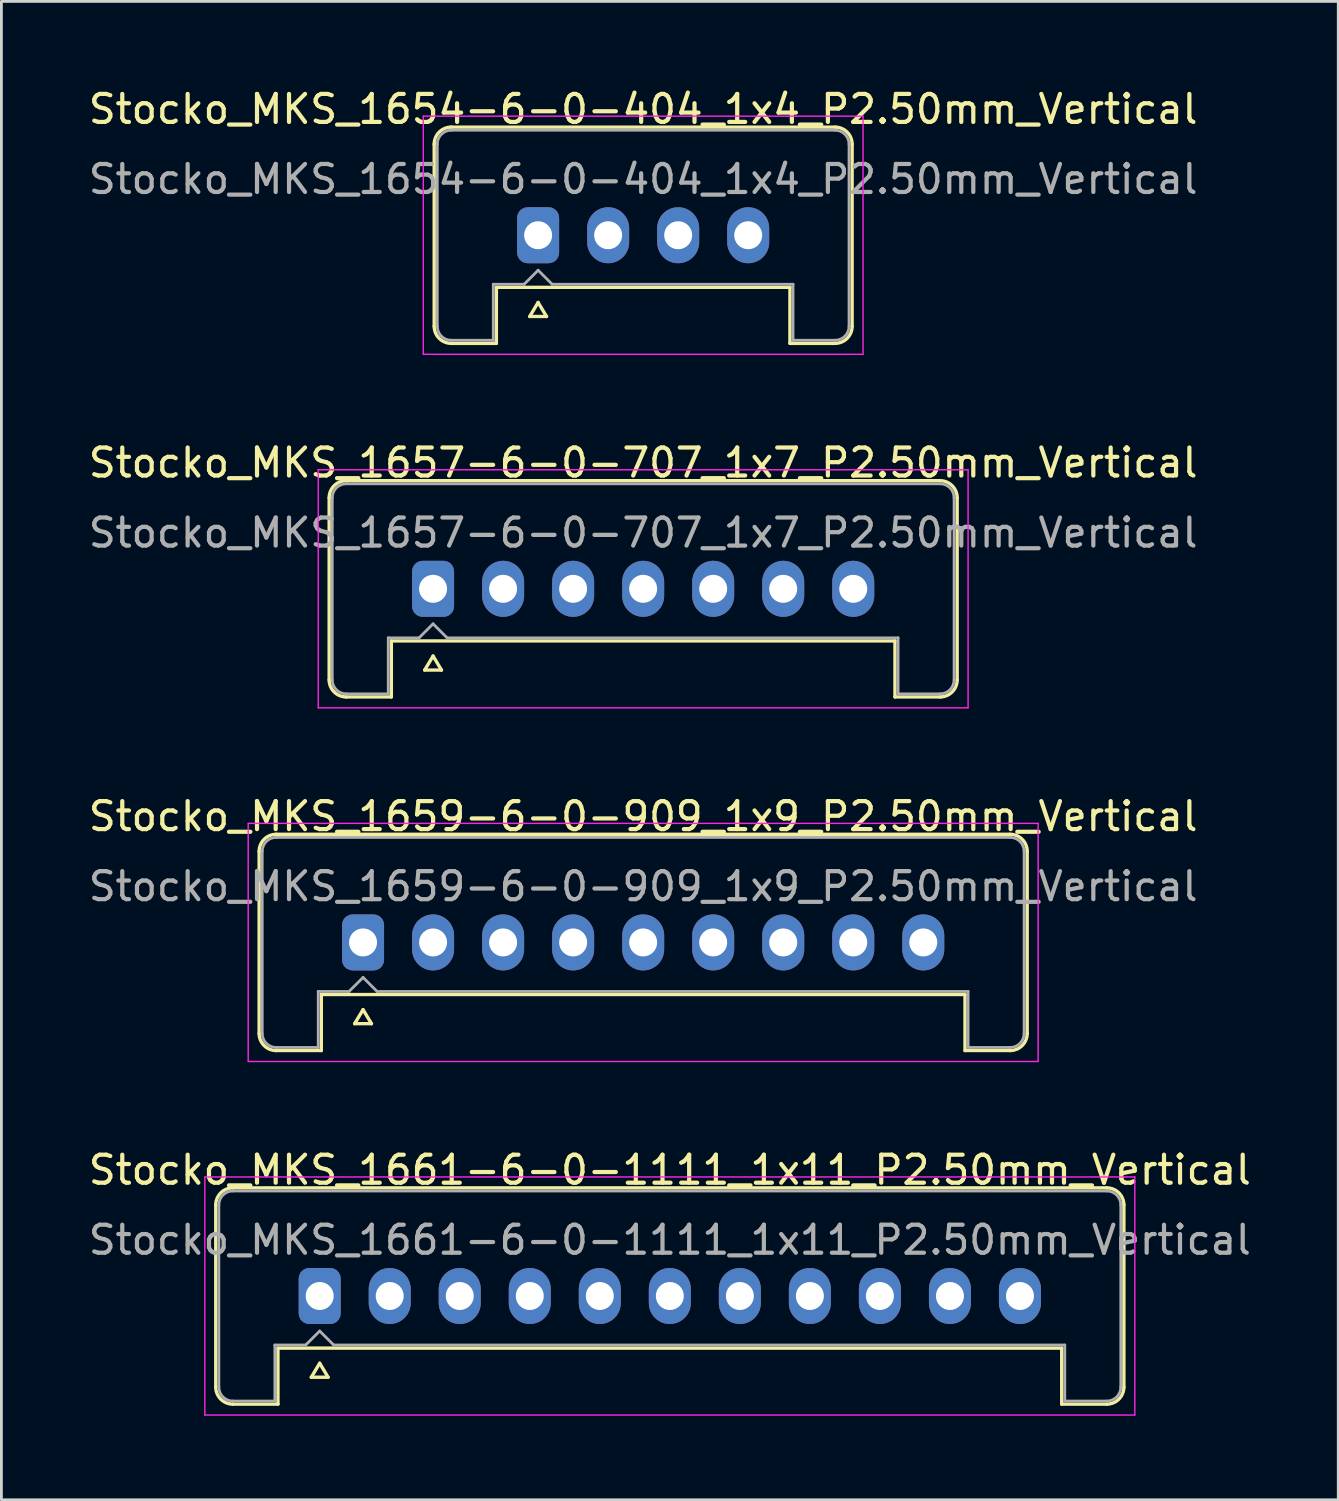
<source format=kicad_pcb>
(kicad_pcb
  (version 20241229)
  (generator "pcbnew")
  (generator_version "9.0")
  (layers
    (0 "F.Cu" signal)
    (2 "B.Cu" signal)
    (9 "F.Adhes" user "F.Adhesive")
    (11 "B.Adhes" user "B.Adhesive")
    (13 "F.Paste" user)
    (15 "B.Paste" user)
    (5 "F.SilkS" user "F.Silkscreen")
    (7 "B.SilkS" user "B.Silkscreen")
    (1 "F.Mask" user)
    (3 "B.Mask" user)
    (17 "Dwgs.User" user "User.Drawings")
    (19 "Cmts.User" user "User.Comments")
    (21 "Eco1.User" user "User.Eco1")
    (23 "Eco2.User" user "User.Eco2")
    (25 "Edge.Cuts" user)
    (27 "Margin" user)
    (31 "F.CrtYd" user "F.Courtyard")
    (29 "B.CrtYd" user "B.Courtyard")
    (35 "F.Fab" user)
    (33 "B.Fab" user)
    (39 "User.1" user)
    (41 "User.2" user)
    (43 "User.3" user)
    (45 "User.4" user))
  (footprint "Stocko_MKS_1659-6-0-909_1x9_P2.50mm_Vertical"
    (layer "F.Cu")
    (at 9.911 30.595)
    (property "Reference" "Stocko_MKS_1659-6-0-909_1x9_P2.50mm_Vertical" (at 10 -4.5 0) (layer "F.SilkS") (effects (font (size 1 1) (thickness 0.15))))
    (attr through_hole)
    (fp_line (start -3.71 -3.25) (end -3.71 3.25) (stroke (width 0.12) (type solid)) (layer "F.SilkS"))
    (fp_line (start -3.1 -3.86) (end 23.1 -3.86) (stroke (width 0.12) (type solid)) (layer "F.SilkS"))
    (fp_line (start -3.1 3.86) (end -1.49 3.86) (stroke (width 0.12) (type solid)) (layer "F.SilkS"))
    (fp_line (start -1.49 1.86) (end 21.49 1.86) (stroke (width 0.12) (type solid)) (layer "F.SilkS"))
    (fp_line (start -1.49 3.86) (end -1.49 1.86) (stroke (width 0.12) (type solid)) (layer "F.SilkS"))
    (fp_line (start -0.3 2.9) (end 0.3 2.9) (stroke (width 0.12) (type solid)) (layer "F.SilkS"))
    (fp_line (start 0 2.4) (end -0.3 2.9) (stroke (width 0.12) (type solid)) (layer "F.SilkS"))
    (fp_line (start 0.3 2.9) (end 0 2.4) (stroke (width 0.12) (type solid)) (layer "F.SilkS"))
    (fp_line (start 21.49 3.86) (end 21.49 1.86) (stroke (width 0.12) (type solid)) (layer "F.SilkS"))
    (fp_line (start 23.1 3.86) (end 21.49 3.86) (stroke (width 0.12) (type solid)) (layer "F.SilkS"))
    (fp_line (start 23.71 -3.25) (end 23.71 3.25) (stroke (width 0.12) (type solid)) (layer "F.SilkS"))
    (fp_arc (start -3.71 -3.25) (mid -3.531335 -3.681335) (end -3.1 -3.86) (stroke (width 0.12) (type solid)) (layer "F.SilkS"))
    (fp_arc (start -3.1 3.86) (mid -3.531335 3.681335) (end -3.71 3.25) (stroke (width 0.12) (type solid)) (layer "F.SilkS"))
    (fp_arc (start 23.1 -3.86) (mid 23.531335 -3.681335) (end 23.71 -3.25) (stroke (width 0.12) (type solid)) (layer "F.SilkS"))
    (fp_arc (start 23.71 3.25) (mid 23.531335 3.681335) (end 23.1 3.86) (stroke (width 0.12) (type solid)) (layer "F.SilkS"))
    (fp_line (start -4.1 -4.25) (end -4.1 4.25) (stroke (width 0.05) (type solid)) (layer "F.CrtYd"))
    (fp_line (start -4.1 4.25) (end 24.1 4.25) (stroke (width 0.05) (type solid)) (layer "F.CrtYd"))
    (fp_line (start 24.1 -4.25) (end -4.1 -4.25) (stroke (width 0.05) (type solid)) (layer "F.CrtYd"))
    (fp_line (start 24.1 4.25) (end 24.1 -4.25) (stroke (width 0.05) (type solid)) (layer "F.CrtYd"))
    (fp_line (start -3.6 -3.25) (end -3.6 3.25) (stroke (width 0.1) (type solid)) (layer "F.Fab"))
    (fp_line (start -3.1 -3.75) (end 23.1 -3.75) (stroke (width 0.1) (type solid)) (layer "F.Fab"))
    (fp_line (start -3.1 3.75) (end -1.6 3.75) (stroke (width 0.1) (type solid)) (layer "F.Fab"))
    (fp_line (start -1.6 1.75) (end -0.5 1.75) (stroke (width 0.1) (type solid)) (layer "F.Fab"))
    (fp_line (start -1.6 3.75) (end -1.6 1.75) (stroke (width 0.1) (type solid)) (layer "F.Fab"))
    (fp_line (start -0.5 1.75) (end 0 1.25) (stroke (width 0.1) (type solid)) (layer "F.Fab"))
    (fp_line (start 0 1.25) (end 0.5 1.75) (stroke (width 0.1) (type solid)) (layer "F.Fab"))
    (fp_line (start 0.5 1.75) (end 21.6 1.75) (stroke (width 0.1) (type solid)) (layer "F.Fab"))
    (fp_line (start 21.6 3.75) (end 21.6 1.75) (stroke (width 0.1) (type solid)) (layer "F.Fab"))
    (fp_line (start 23.1 3.75) (end 21.6 3.75) (stroke (width 0.1) (type solid)) (layer "F.Fab"))
    (fp_line (start 23.6 -3.25) (end 23.6 3.25) (stroke (width 0.1) (type solid)) (layer "F.Fab"))
    (fp_arc (start -3.6 -3.25) (mid -3.453553 -3.603553) (end -3.1 -3.75) (stroke (width 0.1) (type solid)) (layer "F.Fab"))
    (fp_arc (start -3.1 3.75) (mid -3.453553 3.603553) (end -3.6 3.25) (stroke (width 0.1) (type solid)) (layer "F.Fab"))
    (fp_arc (start 23.1 -3.75) (mid 23.453553 -3.603553) (end 23.6 -3.25) (stroke (width 0.1) (type solid)) (layer "F.Fab"))
    (fp_arc (start 23.6 3.25) (mid 23.453553 3.603553) (end 23.1 3.75) (stroke (width 0.1) (type solid)) (layer "F.Fab"))
    (fp_text user "${REFERENCE}" (at 10 -2 0) (layer "F.Fab") (effects (font (size 1 1) (thickness 0.15))))
    (pad "1" thru_hole roundrect (at 0 0) (size 1.5 2) (drill 1) (layers "*.Cu" "*.Mask") (roundrect_rratio 0.25))
    (pad "2" thru_hole oval (at 2.5 0) (size 1.5 2) (drill 1) (layers "*.Cu" "*.Mask"))
    (pad "3" thru_hole oval (at 5 0) (size 1.5 2) (drill 1) (layers "*.Cu" "*.Mask"))
    (pad "4" thru_hole oval (at 7.5 0) (size 1.5 2) (drill 1) (layers "*.Cu" "*.Mask"))
    (pad "5" thru_hole oval (at 10 0) (size 1.5 2) (drill 1) (layers "*.Cu" "*.Mask"))
    (pad "6" thru_hole oval (at 12.5 0) (size 1.5 2) (drill 1) (layers "*.Cu" "*.Mask"))
    (pad "7" thru_hole oval (at 15 0) (size 1.5 2) (drill 1) (layers "*.Cu" "*.Mask"))
    (pad "8" thru_hole oval (at 17.5 0) (size 1.5 2) (drill 1) (layers "*.Cu" "*.Mask"))
    (pad "9" thru_hole oval (at 20 0) (size 1.5 2) (drill 1) (layers "*.Cu" "*.Mask")))
  (footprint "Stocko_MKS_1657-6-0-707_1x7_P2.50mm_Vertical"
    (layer "F.Cu")
    (at 12.411 17.971)
    (property "Reference" "Stocko_MKS_1657-6-0-707_1x7_P2.50mm_Vertical" (at 7.5 -4.5 0) (layer "F.SilkS") (effects (font (size 1 1) (thickness 0.15))))
    (attr through_hole)
    (fp_line (start -3.71 -3.25) (end -3.71 3.25) (stroke (width 0.12) (type solid)) (layer "F.SilkS"))
    (fp_line (start -3.1 -3.86) (end 18.1 -3.86) (stroke (width 0.12) (type solid)) (layer "F.SilkS"))
    (fp_line (start -3.1 3.86) (end -1.49 3.86) (stroke (width 0.12) (type solid)) (layer "F.SilkS"))
    (fp_line (start -1.49 1.86) (end 16.49 1.86) (stroke (width 0.12) (type solid)) (layer "F.SilkS"))
    (fp_line (start -1.49 3.86) (end -1.49 1.86) (stroke (width 0.12) (type solid)) (layer "F.SilkS"))
    (fp_line (start -0.3 2.9) (end 0.3 2.9) (stroke (width 0.12) (type solid)) (layer "F.SilkS"))
    (fp_line (start 0 2.4) (end -0.3 2.9) (stroke (width 0.12) (type solid)) (layer "F.SilkS"))
    (fp_line (start 0.3 2.9) (end 0 2.4) (stroke (width 0.12) (type solid)) (layer "F.SilkS"))
    (fp_line (start 16.49 3.86) (end 16.49 1.86) (stroke (width 0.12) (type solid)) (layer "F.SilkS"))
    (fp_line (start 18.1 3.86) (end 16.49 3.86) (stroke (width 0.12) (type solid)) (layer "F.SilkS"))
    (fp_line (start 18.71 -3.25) (end 18.71 3.25) (stroke (width 0.12) (type solid)) (layer "F.SilkS"))
    (fp_arc (start -3.71 -3.25) (mid -3.531335 -3.681335) (end -3.1 -3.86) (stroke (width 0.12) (type solid)) (layer "F.SilkS"))
    (fp_arc (start -3.1 3.86) (mid -3.531335 3.681335) (end -3.71 3.25) (stroke (width 0.12) (type solid)) (layer "F.SilkS"))
    (fp_arc (start 18.1 -3.86) (mid 18.531335 -3.681335) (end 18.71 -3.25) (stroke (width 0.12) (type solid)) (layer "F.SilkS"))
    (fp_arc (start 18.71 3.25) (mid 18.531335 3.681335) (end 18.1 3.86) (stroke (width 0.12) (type solid)) (layer "F.SilkS"))
    (fp_line (start -4.1 -4.25) (end -4.1 4.25) (stroke (width 0.05) (type solid)) (layer "F.CrtYd"))
    (fp_line (start -4.1 4.25) (end 19.1 4.25) (stroke (width 0.05) (type solid)) (layer "F.CrtYd"))
    (fp_line (start 19.1 -4.25) (end -4.1 -4.25) (stroke (width 0.05) (type solid)) (layer "F.CrtYd"))
    (fp_line (start 19.1 4.25) (end 19.1 -4.25) (stroke (width 0.05) (type solid)) (layer "F.CrtYd"))
    (fp_line (start -3.6 -3.25) (end -3.6 3.25) (stroke (width 0.1) (type solid)) (layer "F.Fab"))
    (fp_line (start -3.1 -3.75) (end 18.1 -3.75) (stroke (width 0.1) (type solid)) (layer "F.Fab"))
    (fp_line (start -3.1 3.75) (end -1.6 3.75) (stroke (width 0.1) (type solid)) (layer "F.Fab"))
    (fp_line (start -1.6 1.75) (end -0.5 1.75) (stroke (width 0.1) (type solid)) (layer "F.Fab"))
    (fp_line (start -1.6 3.75) (end -1.6 1.75) (stroke (width 0.1) (type solid)) (layer "F.Fab"))
    (fp_line (start -0.5 1.75) (end 0 1.25) (stroke (width 0.1) (type solid)) (layer "F.Fab"))
    (fp_line (start 0 1.25) (end 0.5 1.75) (stroke (width 0.1) (type solid)) (layer "F.Fab"))
    (fp_line (start 0.5 1.75) (end 16.6 1.75) (stroke (width 0.1) (type solid)) (layer "F.Fab"))
    (fp_line (start 16.6 3.75) (end 16.6 1.75) (stroke (width 0.1) (type solid)) (layer "F.Fab"))
    (fp_line (start 18.1 3.75) (end 16.6 3.75) (stroke (width 0.1) (type solid)) (layer "F.Fab"))
    (fp_line (start 18.6 -3.25) (end 18.6 3.25) (stroke (width 0.1) (type solid)) (layer "F.Fab"))
    (fp_arc (start -3.6 -3.25) (mid -3.453553 -3.603553) (end -3.1 -3.75) (stroke (width 0.1) (type solid)) (layer "F.Fab"))
    (fp_arc (start -3.1 3.75) (mid -3.453553 3.603553) (end -3.6 3.25) (stroke (width 0.1) (type solid)) (layer "F.Fab"))
    (fp_arc (start 18.1 -3.75) (mid 18.453553 -3.603553) (end 18.6 -3.25) (stroke (width 0.1) (type solid)) (layer "F.Fab"))
    (fp_arc (start 18.6 3.25) (mid 18.453553 3.603553) (end 18.1 3.75) (stroke (width 0.1) (type solid)) (layer "F.Fab"))
    (fp_text user "${REFERENCE}" (at 7.5 -2 0) (layer "F.Fab") (effects (font (size 1 1) (thickness 0.15))))
    (pad "1" thru_hole roundrect (at 0 0) (size 1.5 2) (drill 1) (layers "*.Cu" "*.Mask") (roundrect_rratio 0.25))
    (pad "2" thru_hole oval (at 2.5 0) (size 1.5 2) (drill 1) (layers "*.Cu" "*.Mask"))
    (pad "3" thru_hole oval (at 5 0) (size 1.5 2) (drill 1) (layers "*.Cu" "*.Mask"))
    (pad "4" thru_hole oval (at 7.5 0) (size 1.5 2) (drill 1) (layers "*.Cu" "*.Mask"))
    (pad "5" thru_hole oval (at 10 0) (size 1.5 2) (drill 1) (layers "*.Cu" "*.Mask"))
    (pad "6" thru_hole oval (at 12.5 0) (size 1.5 2) (drill 1) (layers "*.Cu" "*.Mask"))
    (pad "7" thru_hole oval (at 15 0) (size 1.5 2) (drill 1) (layers "*.Cu" "*.Mask")))
  (footprint "Stocko_MKS_1661-6-0-1111_1x11_P2.50mm_Vertical"
    (layer "F.Cu")
    (at 8.363 43.218)
    (property "Reference" "Stocko_MKS_1661-6-0-1111_1x11_P2.50mm_Vertical" (at 12.5 -4.5 0) (layer "F.SilkS") (effects (font (size 1 1) (thickness 0.15))))
    (attr through_hole)
    (fp_line (start -3.71 -3.25) (end -3.71 3.25) (stroke (width 0.12) (type solid)) (layer "F.SilkS"))
    (fp_line (start -3.1 -3.86) (end 28.1 -3.86) (stroke (width 0.12) (type solid)) (layer "F.SilkS"))
    (fp_line (start -3.1 3.86) (end -1.49 3.86) (stroke (width 0.12) (type solid)) (layer "F.SilkS"))
    (fp_line (start -1.49 1.86) (end 26.49 1.86) (stroke (width 0.12) (type solid)) (layer "F.SilkS"))
    (fp_line (start -1.49 3.86) (end -1.49 1.86) (stroke (width 0.12) (type solid)) (layer "F.SilkS"))
    (fp_line (start -0.3 2.9) (end 0.3 2.9) (stroke (width 0.12) (type solid)) (layer "F.SilkS"))
    (fp_line (start 0 2.4) (end -0.3 2.9) (stroke (width 0.12) (type solid)) (layer "F.SilkS"))
    (fp_line (start 0.3 2.9) (end 0 2.4) (stroke (width 0.12) (type solid)) (layer "F.SilkS"))
    (fp_line (start 26.49 3.86) (end 26.49 1.86) (stroke (width 0.12) (type solid)) (layer "F.SilkS"))
    (fp_line (start 28.1 3.86) (end 26.49 3.86) (stroke (width 0.12) (type solid)) (layer "F.SilkS"))
    (fp_line (start 28.71 -3.25) (end 28.71 3.25) (stroke (width 0.12) (type solid)) (layer "F.SilkS"))
    (fp_arc (start -3.71 -3.25) (mid -3.531335 -3.681335) (end -3.1 -3.86) (stroke (width 0.12) (type solid)) (layer "F.SilkS"))
    (fp_arc (start -3.1 3.86) (mid -3.531335 3.681335) (end -3.71 3.25) (stroke (width 0.12) (type solid)) (layer "F.SilkS"))
    (fp_arc (start 28.1 -3.86) (mid 28.531335 -3.681335) (end 28.71 -3.25) (stroke (width 0.12) (type solid)) (layer "F.SilkS"))
    (fp_arc (start 28.71 3.25) (mid 28.531335 3.681335) (end 28.1 3.86) (stroke (width 0.12) (type solid)) (layer "F.SilkS"))
    (fp_line (start -4.1 -4.25) (end -4.1 4.25) (stroke (width 0.05) (type solid)) (layer "F.CrtYd"))
    (fp_line (start -4.1 4.25) (end 29.1 4.25) (stroke (width 0.05) (type solid)) (layer "F.CrtYd"))
    (fp_line (start 29.1 -4.25) (end -4.1 -4.25) (stroke (width 0.05) (type solid)) (layer "F.CrtYd"))
    (fp_line (start 29.1 4.25) (end 29.1 -4.25) (stroke (width 0.05) (type solid)) (layer "F.CrtYd"))
    (fp_line (start -3.6 -3.25) (end -3.6 3.25) (stroke (width 0.1) (type solid)) (layer "F.Fab"))
    (fp_line (start -3.1 -3.75) (end 28.1 -3.75) (stroke (width 0.1) (type solid)) (layer "F.Fab"))
    (fp_line (start -3.1 3.75) (end -1.6 3.75) (stroke (width 0.1) (type solid)) (layer "F.Fab"))
    (fp_line (start -1.6 1.75) (end -0.5 1.75) (stroke (width 0.1) (type solid)) (layer "F.Fab"))
    (fp_line (start -1.6 3.75) (end -1.6 1.75) (stroke (width 0.1) (type solid)) (layer "F.Fab"))
    (fp_line (start -0.5 1.75) (end 0 1.25) (stroke (width 0.1) (type solid)) (layer "F.Fab"))
    (fp_line (start 0 1.25) (end 0.5 1.75) (stroke (width 0.1) (type solid)) (layer "F.Fab"))
    (fp_line (start 0.5 1.75) (end 26.6 1.75) (stroke (width 0.1) (type solid)) (layer "F.Fab"))
    (fp_line (start 26.6 3.75) (end 26.6 1.75) (stroke (width 0.1) (type solid)) (layer "F.Fab"))
    (fp_line (start 28.1 3.75) (end 26.6 3.75) (stroke (width 0.1) (type solid)) (layer "F.Fab"))
    (fp_line (start 28.6 -3.25) (end 28.6 3.25) (stroke (width 0.1) (type solid)) (layer "F.Fab"))
    (fp_arc (start -3.6 -3.25) (mid -3.453553 -3.603553) (end -3.1 -3.75) (stroke (width 0.1) (type solid)) (layer "F.Fab"))
    (fp_arc (start -3.1 3.75) (mid -3.453553 3.603553) (end -3.6 3.25) (stroke (width 0.1) (type solid)) (layer "F.Fab"))
    (fp_arc (start 28.1 -3.75) (mid 28.453553 -3.603553) (end 28.6 -3.25) (stroke (width 0.1) (type solid)) (layer "F.Fab"))
    (fp_arc (start 28.6 3.25) (mid 28.453553 3.603553) (end 28.1 3.75) (stroke (width 0.1) (type solid)) (layer "F.Fab"))
    (fp_text user "${REFERENCE}" (at 12.5 -2 0) (layer "F.Fab") (effects (font (size 1 1) (thickness 0.15))))
    (pad "1" thru_hole roundrect (at 0 0) (size 1.5 2) (drill 1) (layers "*.Cu" "*.Mask") (roundrect_rratio 0.25))
    (pad "2" thru_hole oval (at 2.5 0) (size 1.5 2) (drill 1) (layers "*.Cu" "*.Mask"))
    (pad "3" thru_hole oval (at 5 0) (size 1.5 2) (drill 1) (layers "*.Cu" "*.Mask"))
    (pad "4" thru_hole oval (at 7.5 0) (size 1.5 2) (drill 1) (layers "*.Cu" "*.Mask"))
    (pad "5" thru_hole oval (at 10 0) (size 1.5 2) (drill 1) (layers "*.Cu" "*.Mask"))
    (pad "6" thru_hole oval (at 12.5 0) (size 1.5 2) (drill 1) (layers "*.Cu" "*.Mask"))
    (pad "7" thru_hole oval (at 15 0) (size 1.5 2) (drill 1) (layers "*.Cu" "*.Mask"))
    (pad "8" thru_hole oval (at 17.5 0) (size 1.5 2) (drill 1) (layers "*.Cu" "*.Mask"))
    (pad "9" thru_hole oval (at 20 0) (size 1.5 2) (drill 1) (layers "*.Cu" "*.Mask"))
    (pad "10" thru_hole oval (at 22.5 0) (size 1.5 2) (drill 1) (layers "*.Cu" "*.Mask"))
    (pad "11" thru_hole oval (at 25 0) (size 1.5 2) (drill 1) (layers "*.Cu" "*.Mask")))
  (footprint "Stocko_MKS_1654-6-0-404_1x4_P2.50mm_Vertical"
    (layer "F.Cu")
    (at 16.161 5.348)
    (property "Reference" "Stocko_MKS_1654-6-0-404_1x4_P2.50mm_Vertical" (at 3.75 -4.5 0) (layer "F.SilkS") (effects (font (size 1 1) (thickness 0.15))))
    (attr through_hole)
    (fp_line (start -3.71 -3.25) (end -3.71 3.25) (stroke (width 0.12) (type solid)) (layer "F.SilkS"))
    (fp_line (start -3.1 -3.86) (end 10.6 -3.86) (stroke (width 0.12) (type solid)) (layer "F.SilkS"))
    (fp_line (start -3.1 3.86) (end -1.49 3.86) (stroke (width 0.12) (type solid)) (layer "F.SilkS"))
    (fp_line (start -1.49 1.86) (end 8.99 1.86) (stroke (width 0.12) (type solid)) (layer "F.SilkS"))
    (fp_line (start -1.49 3.86) (end -1.49 1.86) (stroke (width 0.12) (type solid)) (layer "F.SilkS"))
    (fp_line (start -0.3 2.9) (end 0.3 2.9) (stroke (width 0.12) (type solid)) (layer "F.SilkS"))
    (fp_line (start 0 2.4) (end -0.3 2.9) (stroke (width 0.12) (type solid)) (layer "F.SilkS"))
    (fp_line (start 0.3 2.9) (end 0 2.4) (stroke (width 0.12) (type solid)) (layer "F.SilkS"))
    (fp_line (start 8.99 3.86) (end 8.99 1.86) (stroke (width 0.12) (type solid)) (layer "F.SilkS"))
    (fp_line (start 10.6 3.86) (end 8.99 3.86) (stroke (width 0.12) (type solid)) (layer "F.SilkS"))
    (fp_line (start 11.21 -3.25) (end 11.21 3.25) (stroke (width 0.12) (type solid)) (layer "F.SilkS"))
    (fp_arc (start -3.71 -3.25) (mid -3.531335 -3.681335) (end -3.1 -3.86) (stroke (width 0.12) (type solid)) (layer "F.SilkS"))
    (fp_arc (start -3.1 3.86) (mid -3.531335 3.681335) (end -3.71 3.25) (stroke (width 0.12) (type solid)) (layer "F.SilkS"))
    (fp_arc (start 10.6 -3.86) (mid 11.031335 -3.681335) (end 11.21 -3.25) (stroke (width 0.12) (type solid)) (layer "F.SilkS"))
    (fp_arc (start 11.21 3.25) (mid 11.031335 3.681335) (end 10.6 3.86) (stroke (width 0.12) (type solid)) (layer "F.SilkS"))
    (fp_line (start -4.1 -4.25) (end -4.1 4.25) (stroke (width 0.05) (type solid)) (layer "F.CrtYd"))
    (fp_line (start -4.1 4.25) (end 11.6 4.25) (stroke (width 0.05) (type solid)) (layer "F.CrtYd"))
    (fp_line (start 11.6 -4.25) (end -4.1 -4.25) (stroke (width 0.05) (type solid)) (layer "F.CrtYd"))
    (fp_line (start 11.6 4.25) (end 11.6 -4.25) (stroke (width 0.05) (type solid)) (layer "F.CrtYd"))
    (fp_line (start -3.6 -3.25) (end -3.6 3.25) (stroke (width 0.1) (type solid)) (layer "F.Fab"))
    (fp_line (start -3.1 -3.75) (end 10.6 -3.75) (stroke (width 0.1) (type solid)) (layer "F.Fab"))
    (fp_line (start -3.1 3.75) (end -1.6 3.75) (stroke (width 0.1) (type solid)) (layer "F.Fab"))
    (fp_line (start -1.6 1.75) (end -0.5 1.75) (stroke (width 0.1) (type solid)) (layer "F.Fab"))
    (fp_line (start -1.6 3.75) (end -1.6 1.75) (stroke (width 0.1) (type solid)) (layer "F.Fab"))
    (fp_line (start -0.5 1.75) (end 0 1.25) (stroke (width 0.1) (type solid)) (layer "F.Fab"))
    (fp_line (start 0 1.25) (end 0.5 1.75) (stroke (width 0.1) (type solid)) (layer "F.Fab"))
    (fp_line (start 0.5 1.75) (end 9.1 1.75) (stroke (width 0.1) (type solid)) (layer "F.Fab"))
    (fp_line (start 9.1 3.75) (end 9.1 1.75) (stroke (width 0.1) (type solid)) (layer "F.Fab"))
    (fp_line (start 10.6 3.75) (end 9.1 3.75) (stroke (width 0.1) (type solid)) (layer "F.Fab"))
    (fp_line (start 11.1 -3.25) (end 11.1 3.25) (stroke (width 0.1) (type solid)) (layer "F.Fab"))
    (fp_arc (start -3.6 -3.25) (mid -3.453553 -3.603553) (end -3.1 -3.75) (stroke (width 0.1) (type solid)) (layer "F.Fab"))
    (fp_arc (start -3.1 3.75) (mid -3.453553 3.603553) (end -3.6 3.25) (stroke (width 0.1) (type solid)) (layer "F.Fab"))
    (fp_arc (start 10.6 -3.75) (mid 10.953553 -3.603553) (end 11.1 -3.25) (stroke (width 0.1) (type solid)) (layer "F.Fab"))
    (fp_arc (start 11.1 3.25) (mid 10.953553 3.603553) (end 10.6 3.75) (stroke (width 0.1) (type solid)) (layer "F.Fab"))
    (fp_text user "${REFERENCE}" (at 3.75 -2 0) (layer "F.Fab") (effects (font (size 1 1) (thickness 0.15))))
    (pad "1" thru_hole roundrect (at 0 0) (size 1.5 2) (drill 1) (layers "*.Cu" "*.Mask") (roundrect_rratio 0.25))
    (pad "2" thru_hole oval (at 2.5 0) (size 1.5 2) (drill 1) (layers "*.Cu" "*.Mask"))
    (pad "3" thru_hole oval (at 5 0) (size 1.5 2) (drill 1) (layers "*.Cu" "*.Mask"))
    (pad "4" thru_hole oval (at 7.5 0) (size 1.5 2) (drill 1) (layers "*.Cu" "*.Mask")))
  (gr_rect
    (start -3 -3)
    (end 44.726 50.493)
    (stroke (width 0.1) (type default))
    (fill no)
    (layer "Edge.Cuts")))
</source>
